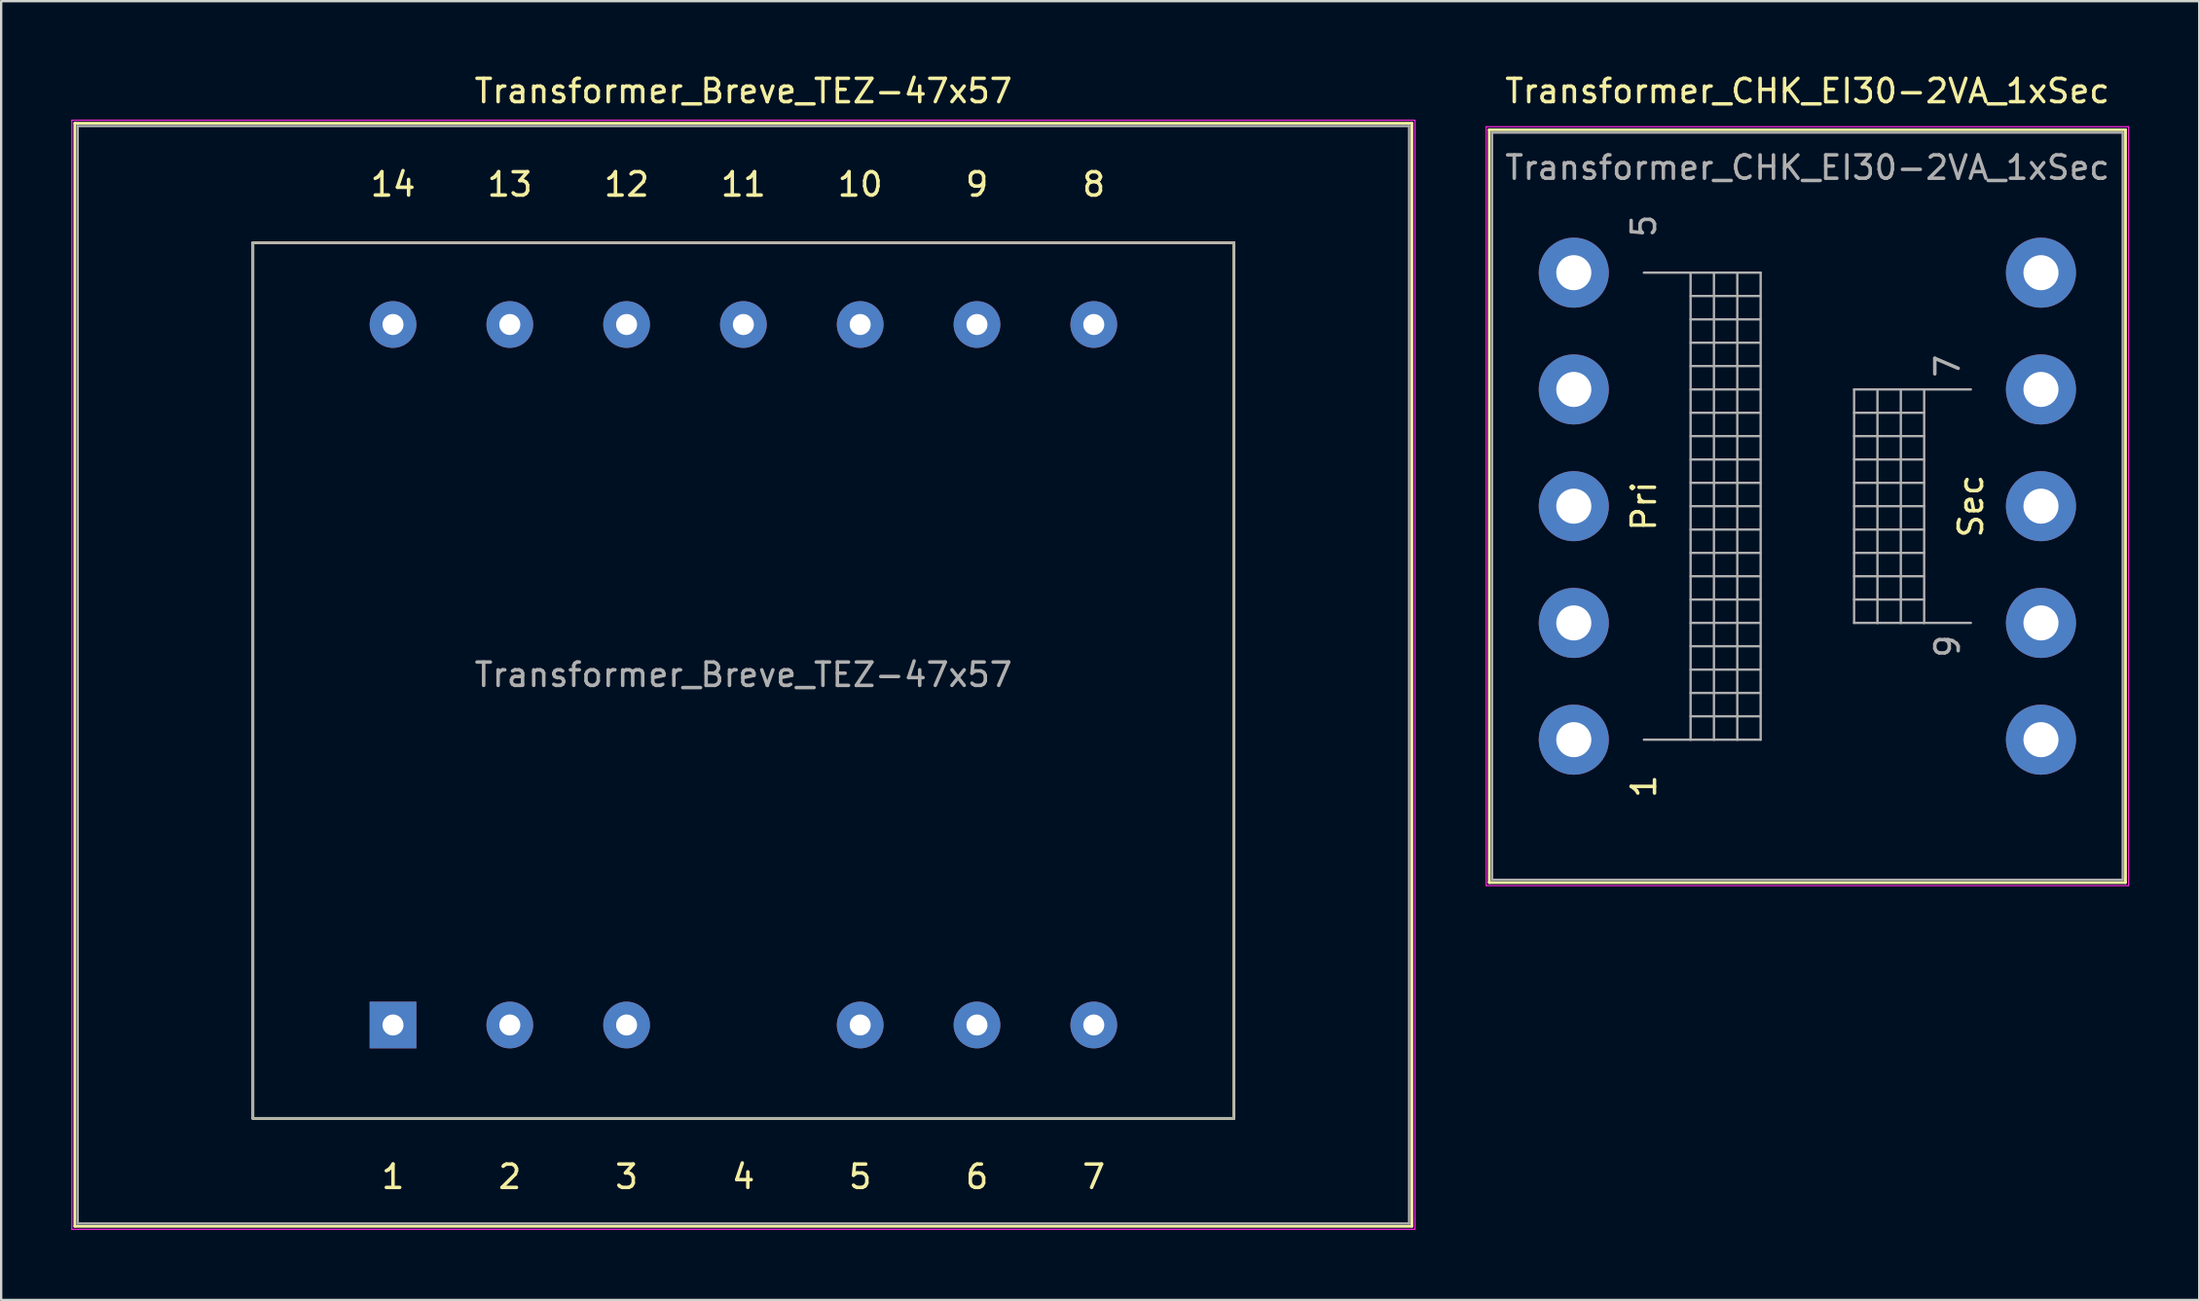
<source format=kicad_pcb>
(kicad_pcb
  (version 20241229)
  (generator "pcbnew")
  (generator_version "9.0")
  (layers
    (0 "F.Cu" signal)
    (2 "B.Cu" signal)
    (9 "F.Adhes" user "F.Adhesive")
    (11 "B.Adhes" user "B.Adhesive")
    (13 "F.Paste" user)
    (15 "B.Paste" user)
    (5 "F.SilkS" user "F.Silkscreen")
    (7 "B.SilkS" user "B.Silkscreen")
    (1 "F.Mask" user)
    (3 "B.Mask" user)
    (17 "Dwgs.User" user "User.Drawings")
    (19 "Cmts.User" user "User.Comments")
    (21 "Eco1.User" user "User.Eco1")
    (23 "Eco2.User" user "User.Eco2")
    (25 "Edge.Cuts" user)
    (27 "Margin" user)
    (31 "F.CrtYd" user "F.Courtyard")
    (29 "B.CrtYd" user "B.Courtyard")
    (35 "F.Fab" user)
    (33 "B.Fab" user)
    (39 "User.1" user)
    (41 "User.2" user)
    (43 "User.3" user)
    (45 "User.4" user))
  (footprint "Transformer_CHK_EI30-2VA_1xSec"
    (layer "F.Cu")
    (at 64.325 28.628)
    (property "Reference" "Transformer_CHK_EI30-2VA_1xSec" (at 10 -27.78 0) (layer "F.SilkS") (effects (font (size 1 1) (thickness 0.15))))
    (attr through_hole)
    (fp_line (start -3.62 -26.12) (end -3.62 6.12) (stroke (width 0.12) (type solid)) (layer "F.SilkS"))
    (fp_line (start -3.62 -26.12) (end 23.62 -26.12) (stroke (width 0.12) (type solid)) (layer "F.SilkS"))
    (fp_line (start 23.62 6.12) (end -3.62 6.12) (stroke (width 0.12) (type solid)) (layer "F.SilkS"))
    (fp_line (start 23.62 6.12) (end 23.62 -26.12) (stroke (width 0.12) (type solid)) (layer "F.SilkS"))
    (fp_line (start -3.75 -26.25) (end -3.75 6.25) (stroke (width 0.05) (type solid)) (layer "F.CrtYd"))
    (fp_line (start -3.75 -26.25) (end 23.75 -26.25) (stroke (width 0.05) (type solid)) (layer "F.CrtYd"))
    (fp_line (start 23.75 6.25) (end -3.75 6.25) (stroke (width 0.05) (type solid)) (layer "F.CrtYd"))
    (fp_line (start 23.75 6.25) (end 23.75 -26.25) (stroke (width 0.05) (type solid)) (layer "F.CrtYd"))
    (fp_line (start -3.5 -26) (end -3.5 6) (stroke (width 0.1) (type solid)) (layer "F.Fab"))
    (fp_line (start -3.5 6) (end 23.5 6) (stroke (width 0.1) (type solid)) (layer "F.Fab"))
    (fp_line (start 3 -20) (end 5 -20) (stroke (width 0.1) (type solid)) (layer "F.Fab"))
    (fp_line (start 5 -20) (end 5 0) (stroke (width 0.1) (type solid)) (layer "F.Fab"))
    (fp_line (start 5 -20) (end 6 -20) (stroke (width 0.1) (type solid)) (layer "F.Fab"))
    (fp_line (start 5 -19) (end 8 -19) (stroke (width 0.1) (type solid)) (layer "F.Fab"))
    (fp_line (start 5 -17) (end 8 -17) (stroke (width 0.1) (type solid)) (layer "F.Fab"))
    (fp_line (start 5 -15) (end 8 -15) (stroke (width 0.1) (type solid)) (layer "F.Fab"))
    (fp_line (start 5 -13) (end 8 -13) (stroke (width 0.1) (type solid)) (layer "F.Fab"))
    (fp_line (start 5 -11) (end 8 -11) (stroke (width 0.1) (type solid)) (layer "F.Fab"))
    (fp_line (start 5 -9) (end 8 -9) (stroke (width 0.1) (type solid)) (layer "F.Fab"))
    (fp_line (start 5 -7) (end 8 -7) (stroke (width 0.1) (type solid)) (layer "F.Fab"))
    (fp_line (start 5 -5) (end 8 -5) (stroke (width 0.1) (type solid)) (layer "F.Fab"))
    (fp_line (start 5 -3) (end 8 -3) (stroke (width 0.1) (type solid)) (layer "F.Fab"))
    (fp_line (start 5 -1) (end 8 -1) (stroke (width 0.1) (type solid)) (layer "F.Fab"))
    (fp_line (start 5 0) (end 3 0) (stroke (width 0.1) (type solid)) (layer "F.Fab"))
    (fp_line (start 6 -20) (end 6 0) (stroke (width 0.1) (type solid)) (layer "F.Fab"))
    (fp_line (start 6 -20) (end 7 -20) (stroke (width 0.1) (type solid)) (layer "F.Fab"))
    (fp_line (start 6 0) (end 5 0) (stroke (width 0.1) (type solid)) (layer "F.Fab"))
    (fp_line (start 7 -20) (end 7 0) (stroke (width 0.1) (type solid)) (layer "F.Fab"))
    (fp_line (start 7 -20) (end 8 -20) (stroke (width 0.1) (type solid)) (layer "F.Fab"))
    (fp_line (start 7 0) (end 6 0) (stroke (width 0.1) (type solid)) (layer "F.Fab"))
    (fp_line (start 8 -20) (end 8 0) (stroke (width 0.1) (type solid)) (layer "F.Fab"))
    (fp_line (start 8 -18) (end 5 -18) (stroke (width 0.1) (type solid)) (layer "F.Fab"))
    (fp_line (start 8 -16) (end 5 -16) (stroke (width 0.1) (type solid)) (layer "F.Fab"))
    (fp_line (start 8 -14) (end 5 -14) (stroke (width 0.1) (type solid)) (layer "F.Fab"))
    (fp_line (start 8 -12) (end 5 -12) (stroke (width 0.1) (type solid)) (layer "F.Fab"))
    (fp_line (start 8 -10) (end 5 -10) (stroke (width 0.1) (type solid)) (layer "F.Fab"))
    (fp_line (start 8 -8) (end 5 -8) (stroke (width 0.1) (type solid)) (layer "F.Fab"))
    (fp_line (start 8 -6) (end 5 -6) (stroke (width 0.1) (type solid)) (layer "F.Fab"))
    (fp_line (start 8 -4) (end 5 -4) (stroke (width 0.1) (type solid)) (layer "F.Fab"))
    (fp_line (start 8 -2) (end 5 -2) (stroke (width 0.1) (type solid)) (layer "F.Fab"))
    (fp_line (start 8 0) (end 7 0) (stroke (width 0.1) (type solid)) (layer "F.Fab"))
    (fp_line (start 12 -15) (end 12 -5) (stroke (width 0.1) (type solid)) (layer "F.Fab"))
    (fp_line (start 12 -14) (end 15 -14) (stroke (width 0.1) (type solid)) (layer "F.Fab"))
    (fp_line (start 12 -12) (end 15 -12) (stroke (width 0.1) (type solid)) (layer "F.Fab"))
    (fp_line (start 12 -10) (end 15 -10) (stroke (width 0.1) (type solid)) (layer "F.Fab"))
    (fp_line (start 12 -8) (end 15 -8) (stroke (width 0.1) (type solid)) (layer "F.Fab"))
    (fp_line (start 12 -6) (end 15 -6) (stroke (width 0.1) (type solid)) (layer "F.Fab"))
    (fp_line (start 12 -5) (end 13 -5) (stroke (width 0.1) (type solid)) (layer "F.Fab"))
    (fp_line (start 13 -15) (end 12 -15) (stroke (width 0.1) (type solid)) (layer "F.Fab"))
    (fp_line (start 13 -15) (end 13 -5) (stroke (width 0.1) (type solid)) (layer "F.Fab"))
    (fp_line (start 13 -5) (end 14 -5) (stroke (width 0.1) (type solid)) (layer "F.Fab"))
    (fp_line (start 14 -15) (end 13 -15) (stroke (width 0.1) (type solid)) (layer "F.Fab"))
    (fp_line (start 14 -15) (end 14 -5) (stroke (width 0.1) (type solid)) (layer "F.Fab"))
    (fp_line (start 14 -5) (end 15 -5) (stroke (width 0.1) (type solid)) (layer "F.Fab"))
    (fp_line (start 15 -15) (end 14 -15) (stroke (width 0.1) (type solid)) (layer "F.Fab"))
    (fp_line (start 15 -15) (end 15 -5) (stroke (width 0.1) (type solid)) (layer "F.Fab"))
    (fp_line (start 15 -13) (end 12 -13) (stroke (width 0.1) (type solid)) (layer "F.Fab"))
    (fp_line (start 15 -11) (end 12 -11) (stroke (width 0.1) (type solid)) (layer "F.Fab"))
    (fp_line (start 15 -9) (end 12 -9) (stroke (width 0.1) (type solid)) (layer "F.Fab"))
    (fp_line (start 15 -7) (end 12 -7) (stroke (width 0.1) (type solid)) (layer "F.Fab"))
    (fp_line (start 15 -5) (end 17 -5) (stroke (width 0.1) (type solid)) (layer "F.Fab"))
    (fp_line (start 17 -15) (end 15 -15) (stroke (width 0.1) (type solid)) (layer "F.Fab"))
    (fp_line (start 23.5 -26) (end -3.5 -26) (stroke (width 0.1) (type solid)) (layer "F.Fab"))
    (fp_line (start 23.5 6) (end 23.5 -26) (stroke (width 0.1) (type solid)) (layer "F.Fab"))
    (fp_text user "Sec" (at 17 -10 90) (layer "F.SilkS") (effects (font (size 1 1) (thickness 0.15))))
    (fp_text user "Pri" (at 3 -10 90) (layer "F.SilkS") (effects (font (size 1 1) (thickness 0.15))))
    (fp_text user "1" (at 3 2 90) (layer "F.SilkS") (effects (font (size 1 1) (thickness 0.15))))
    (fp_text user "9" (at 16 -4 90) (layer "F.Fab") (effects (font (size 1 1) (thickness 0.15))))
    (fp_text user "7" (at 16 -16 90) (layer "F.Fab") (effects (font (size 1 1) (thickness 0.15))))
    (fp_text user "${REFERENCE}" (at 10 -24.5 0) (layer "F.Fab") (effects (font (size 1 1) (thickness 0.15))))
    (fp_text user "5" (at 3 -22 90) (layer "F.Fab") (effects (font (size 1 1) (thickness 0.15))))
    (pad "1" thru_hole circle (at 0 0) (size 3 3) (drill 1.5) (layers "*.Cu" "*.Mask"))
    (pad "2" thru_hole circle (at 0 -5) (size 3 3) (drill 1.5) (layers "*.Cu" "*.Mask"))
    (pad "3" thru_hole circle (at 0 -10) (size 3 3) (drill 1.5) (layers "*.Cu" "*.Mask"))
    (pad "4" thru_hole circle (at 0 -15) (size 3 3) (drill 1.5) (layers "*.Cu" "*.Mask"))
    (pad "5" thru_hole circle (at 0 -20) (size 3 3) (drill 1.5) (layers "*.Cu" "*.Mask"))
    (pad "6" thru_hole circle (at 20 -20) (size 3 3) (drill 1.5) (layers "*.Cu" "*.Mask"))
    (pad "7" thru_hole circle (at 20 -15) (size 3 3) (drill 1.5) (layers "*.Cu" "*.Mask"))
    (pad "8" thru_hole circle (at 20 -10) (size 3 3) (drill 1.5) (layers "*.Cu" "*.Mask"))
    (pad "9" thru_hole circle (at 20 -5) (size 3 3) (drill 1.5) (layers "*.Cu" "*.Mask"))
    (pad "10" thru_hole circle (at 20 0) (size 3 3) (drill 1.5) (layers "*.Cu" "*.Mask")))
  (footprint "Transformer_Breve_TEZ-47x57"
    (layer "F.Cu")
    (at 13.775 40.848)
    (property "Reference" "Transformer_Breve_TEZ-47x57" (at 15 -40 0) (layer "F.SilkS") (effects (font (size 1 1) (thickness 0.15))))
    (attr through_hole)
    (fp_line (start -13.62 -38.62) (end -13.62 8.62) (stroke (width 0.12) (type solid)) (layer "F.SilkS"))
    (fp_line (start -13.62 -38.62) (end 43.62 -38.62) (stroke (width 0.12) (type solid)) (layer "F.SilkS"))
    (fp_line (start -6 -33.5) (end -6 4) (stroke (width 0.12) (type solid)) (layer "F.SilkS"))
    (fp_line (start -6 4) (end 36 4) (stroke (width 0.12) (type solid)) (layer "F.SilkS"))
    (fp_line (start 36 -33.5) (end -6 -33.5) (stroke (width 0.12) (type solid)) (layer "F.SilkS"))
    (fp_line (start 36 4) (end 36 -33.5) (stroke (width 0.12) (type solid)) (layer "F.SilkS"))
    (fp_line (start 43.62 8.62) (end -13.62 8.62) (stroke (width 0.12) (type solid)) (layer "F.SilkS"))
    (fp_line (start 43.62 8.62) (end 43.62 -38.62) (stroke (width 0.12) (type solid)) (layer "F.SilkS"))
    (fp_line (start -13.75 -38.75) (end -13.75 8.75) (stroke (width 0.05) (type solid)) (layer "F.CrtYd"))
    (fp_line (start -13.75 -38.75) (end 43.75 -38.75) (stroke (width 0.05) (type solid)) (layer "F.CrtYd"))
    (fp_line (start 43.75 8.75) (end -13.75 8.75) (stroke (width 0.05) (type solid)) (layer "F.CrtYd"))
    (fp_line (start 43.75 8.75) (end 43.75 -38.75) (stroke (width 0.05) (type solid)) (layer "F.CrtYd"))
    (fp_line (start -13.5 -38.5) (end -13.5 8.5) (stroke (width 0.1) (type solid)) (layer "F.Fab"))
    (fp_line (start -13.5 -38.5) (end 43.5 -38.5) (stroke (width 0.1) (type solid)) (layer "F.Fab"))
    (fp_line (start -6 -33.5) (end -6 4) (stroke (width 0.1) (type solid)) (layer "F.Fab"))
    (fp_line (start -6 4) (end 36 4) (stroke (width 0.1) (type solid)) (layer "F.Fab"))
    (fp_line (start 36 -33.5) (end -6 -33.5) (stroke (width 0.1) (type solid)) (layer "F.Fab"))
    (fp_line (start 36 4) (end 36 -33.5) (stroke (width 0.1) (type solid)) (layer "F.Fab"))
    (fp_line (start 43.5 -38.5) (end 43.5 8.5) (stroke (width 0.1) (type solid)) (layer "F.Fab"))
    (fp_line (start 43.5 8.5) (end -13.5 8.5) (stroke (width 0.1) (type solid)) (layer "F.Fab"))
    (fp_text user "13" (at 5 -36 0) (layer "F.SilkS") (effects (font (size 1 1) (thickness 0.15))))
    (fp_text user "4" (at 15 6.5 0) (layer "F.SilkS") (effects (font (size 1 1) (thickness 0.15))))
    (fp_text user "3" (at 10 6.5 0) (layer "F.SilkS") (effects (font (size 1 1) (thickness 0.15))))
    (fp_text user "5" (at 20 6.5 0) (layer "F.SilkS") (effects (font (size 1 1) (thickness 0.15))))
    (fp_text user "10" (at 20 -36 0) (layer "F.SilkS") (effects (font (size 1 1) (thickness 0.15))))
    (fp_text user "14" (at 0 -36 0) (layer "F.SilkS") (effects (font (size 1 1) (thickness 0.15))))
    (fp_text user "2" (at 5 6.5 0) (layer "F.SilkS") (effects (font (size 1 1) (thickness 0.15))))
    (fp_text user "6" (at 25 6.5 0) (layer "F.SilkS") (effects (font (size 1 1) (thickness 0.15))))
    (fp_text user "9" (at 25 -36 0) (layer "F.SilkS") (effects (font (size 1 1) (thickness 0.15))))
    (fp_text user "1" (at 0 6.5 0) (layer "F.SilkS") (effects (font (size 1 1) (thickness 0.15))))
    (fp_text user "7" (at 30 6.5 0) (layer "F.SilkS") (effects (font (size 1 1) (thickness 0.15))))
    (fp_text user "11" (at 15 -36 0) (layer "F.SilkS") (effects (font (size 1 1) (thickness 0.15))))
    (fp_text user "12" (at 10 -36 0) (layer "F.SilkS") (effects (font (size 1 1) (thickness 0.15))))
    (fp_text user "8" (at 30 -36 0) (layer "F.SilkS") (effects (font (size 1 1) (thickness 0.15))))
    (fp_text user "${REFERENCE}" (at 15 -15 0) (layer "F.Fab") (effects (font (size 1 1) (thickness 0.15))))
    (pad "1" thru_hole rect (at 0 0) (size 2 2) (drill 0.9) (layers "*.Cu" "*.Mask"))
    (pad "2" thru_hole circle (at 5 0) (size 2 2) (drill 0.9) (layers "*.Cu" "*.Mask"))
    (pad "3" thru_hole circle (at 10 0) (size 2 2) (drill 0.9) (layers "*.Cu" "*.Mask"))
    (pad "5" thru_hole circle (at 20 0) (size 2 2) (drill 0.9) (layers "*.Cu" "*.Mask"))
    (pad "6" thru_hole circle (at 25 0) (size 2 2) (drill 0.9) (layers "*.Cu" "*.Mask"))
    (pad "7" thru_hole circle (at 30 0) (size 2 2) (drill 0.9) (layers "*.Cu" "*.Mask"))
    (pad "8" thru_hole circle (at 30 -30) (size 2 2) (drill 0.9) (layers "*.Cu" "*.Mask"))
    (pad "9" thru_hole circle (at 25 -30) (size 2 2) (drill 0.9) (layers "*.Cu" "*.Mask"))
    (pad "10" thru_hole circle (at 20 -30) (size 2 2) (drill 0.9) (layers "*.Cu" "*.Mask"))
    (pad "11" thru_hole circle (at 15 -30) (size 2 2) (drill 0.9) (layers "*.Cu" "*.Mask"))
    (pad "12" thru_hole circle (at 10 -30) (size 2 2) (drill 0.9) (layers "*.Cu" "*.Mask"))
    (pad "13" thru_hole circle (at 5 -30) (size 2 2) (drill 0.9) (layers "*.Cu" "*.Mask"))
    (pad "14" thru_hole circle (at 0 -30) (size 2 2) (drill 0.9) (layers "*.Cu" "*.Mask")))
  (gr_rect
    (start -3 -3)
    (end 91.1 52.623)
    (stroke (width 0.1) (type default))
    (fill no)
    (layer "Edge.Cuts")))
</source>
